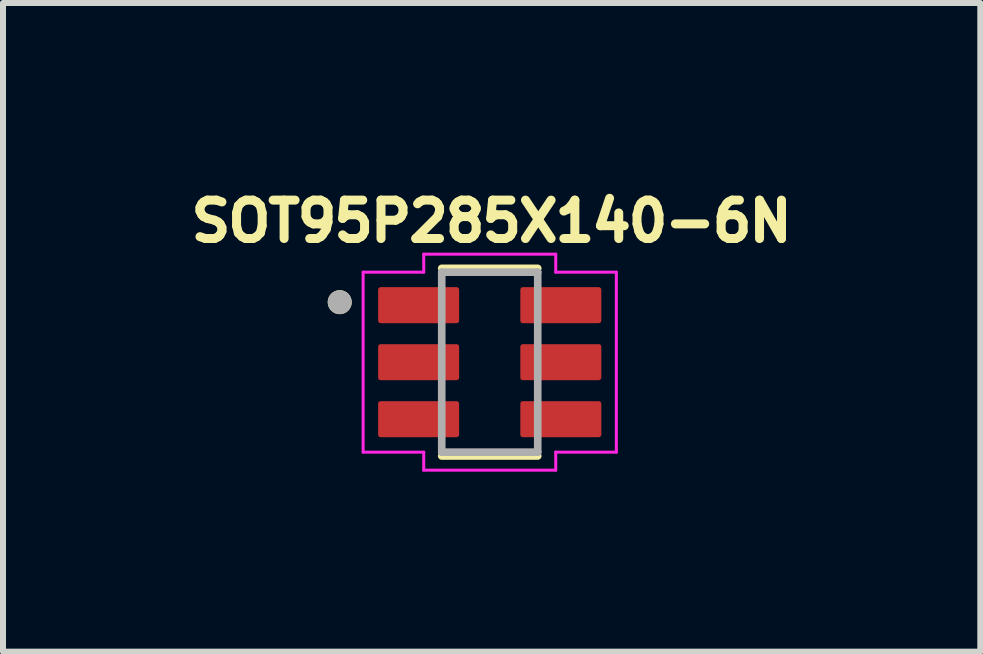
<source format=kicad_pcb>
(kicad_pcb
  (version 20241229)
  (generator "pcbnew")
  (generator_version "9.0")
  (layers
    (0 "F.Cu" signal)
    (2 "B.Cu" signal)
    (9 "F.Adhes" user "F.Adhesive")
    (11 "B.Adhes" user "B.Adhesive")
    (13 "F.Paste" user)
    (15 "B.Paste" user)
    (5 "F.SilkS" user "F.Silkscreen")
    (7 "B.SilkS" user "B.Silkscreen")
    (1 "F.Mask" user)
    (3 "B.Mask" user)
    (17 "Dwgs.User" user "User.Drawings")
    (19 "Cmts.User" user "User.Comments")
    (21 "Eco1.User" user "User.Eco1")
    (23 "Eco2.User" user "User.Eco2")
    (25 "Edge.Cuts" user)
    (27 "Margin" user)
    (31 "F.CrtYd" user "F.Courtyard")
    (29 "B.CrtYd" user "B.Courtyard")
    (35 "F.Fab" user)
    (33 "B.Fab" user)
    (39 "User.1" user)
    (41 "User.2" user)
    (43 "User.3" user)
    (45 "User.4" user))
  (footprint "SOT95P285X140-6N"
    (layer "F.Cu")
    (at 5.112 2.986)
    (property "Reference" "SOT95P285X140-6N" (at 0.032 -2.349 0) (layer "F.SilkS") (effects (font (size 0.64 0.64) (thickness 0.15))))
    (attr smd)
    (fp_line (start 0.8 -1.564) (end -0.8 -1.564) (stroke (width 0.127) (type solid)) (layer "F.SilkS"))
    (fp_line (start 0.8 1.564) (end -0.8 1.564) (stroke (width 0.127) (type solid)) (layer "F.SilkS"))
    (fp_circle (center -2.5 -1) (end -2.4 -1) (stroke (width 0.2) (type solid)) (fill no) (layer "F.SilkS"))
    (fp_line (start -2.11 -1.5) (end -1.1 -1.5) (stroke (width 0.05) (type solid)) (layer "F.CrtYd"))
    (fp_line (start -2.11 1.5) (end -2.11 -1.5) (stroke (width 0.05) (type solid)) (layer "F.CrtYd"))
    (fp_line (start -1.1 -1.8) (end 1.1 -1.8) (stroke (width 0.05) (type solid)) (layer "F.CrtYd"))
    (fp_line (start -1.1 -1.5) (end -1.1 -1.8) (stroke (width 0.05) (type solid)) (layer "F.CrtYd"))
    (fp_line (start -1.1 1.5) (end -2.11 1.5) (stroke (width 0.05) (type solid)) (layer "F.CrtYd"))
    (fp_line (start -1.1 1.8) (end -1.1 1.5) (stroke (width 0.05) (type solid)) (layer "F.CrtYd"))
    (fp_line (start 1.1 -1.8) (end 1.1 -1.5) (stroke (width 0.05) (type solid)) (layer "F.CrtYd"))
    (fp_line (start 1.1 -1.5) (end 2.11 -1.5) (stroke (width 0.05) (type solid)) (layer "F.CrtYd"))
    (fp_line (start 1.1 1.5) (end 1.1 1.8) (stroke (width 0.05) (type solid)) (layer "F.CrtYd"))
    (fp_line (start 1.1 1.8) (end -1.1 1.8) (stroke (width 0.05) (type solid)) (layer "F.CrtYd"))
    (fp_line (start 2.11 -1.5) (end 2.11 1.5) (stroke (width 0.05) (type solid)) (layer "F.CrtYd"))
    (fp_line (start 2.11 1.5) (end 1.1 1.5) (stroke (width 0.05) (type solid)) (layer "F.CrtYd"))
    (fp_line (start -0.8 -1.5) (end 0.8 -1.5) (stroke (width 0.127) (type solid)) (layer "F.Fab"))
    (fp_line (start -0.8 1.5) (end -0.8 -1.5) (stroke (width 0.127) (type solid)) (layer "F.Fab"))
    (fp_line (start 0.8 -1.5) (end 0.8 1.5) (stroke (width 0.127) (type solid)) (layer "F.Fab"))
    (fp_line (start 0.8 1.5) (end -0.8 1.5) (stroke (width 0.127) (type solid)) (layer "F.Fab"))
    (fp_circle (center -2.5 -1) (end -2.4 -1) (stroke (width 0.2) (type solid)) (fill no) (layer "F.Fab"))
    (pad "1" smd roundrect (at -1.185 -0.95) (size 1.35 0.6) (layers "F.Cu" "F.Mask" "F.Paste") (roundrect_rratio 0.07))
    (pad "2" smd roundrect (at -1.185 0) (size 1.35 0.6) (layers "F.Cu" "F.Mask" "F.Paste") (roundrect_rratio 0.07))
    (pad "3" smd roundrect (at -1.185 0.95) (size 1.35 0.6) (layers "F.Cu" "F.Mask" "F.Paste") (roundrect_rratio 0.07))
    (pad "4" smd roundrect (at 1.185 0.95) (size 1.35 0.6) (layers "F.Cu" "F.Mask" "F.Paste") (roundrect_rratio 0.07))
    (pad "5" smd roundrect (at 1.185 0) (size 1.35 0.6) (layers "F.Cu" "F.Mask" "F.Paste") (roundrect_rratio 0.07))
    (pad "6" smd roundrect (at 1.185 -0.95) (size 1.35 0.6) (layers "F.Cu" "F.Mask" "F.Paste") (roundrect_rratio 0.07)))
  (gr_rect
    (start -3 -3)
    (end 13.288 7.811)
    (stroke (width 0.1) (type default))
    (fill no)
    (layer "Edge.Cuts")))
</source>
